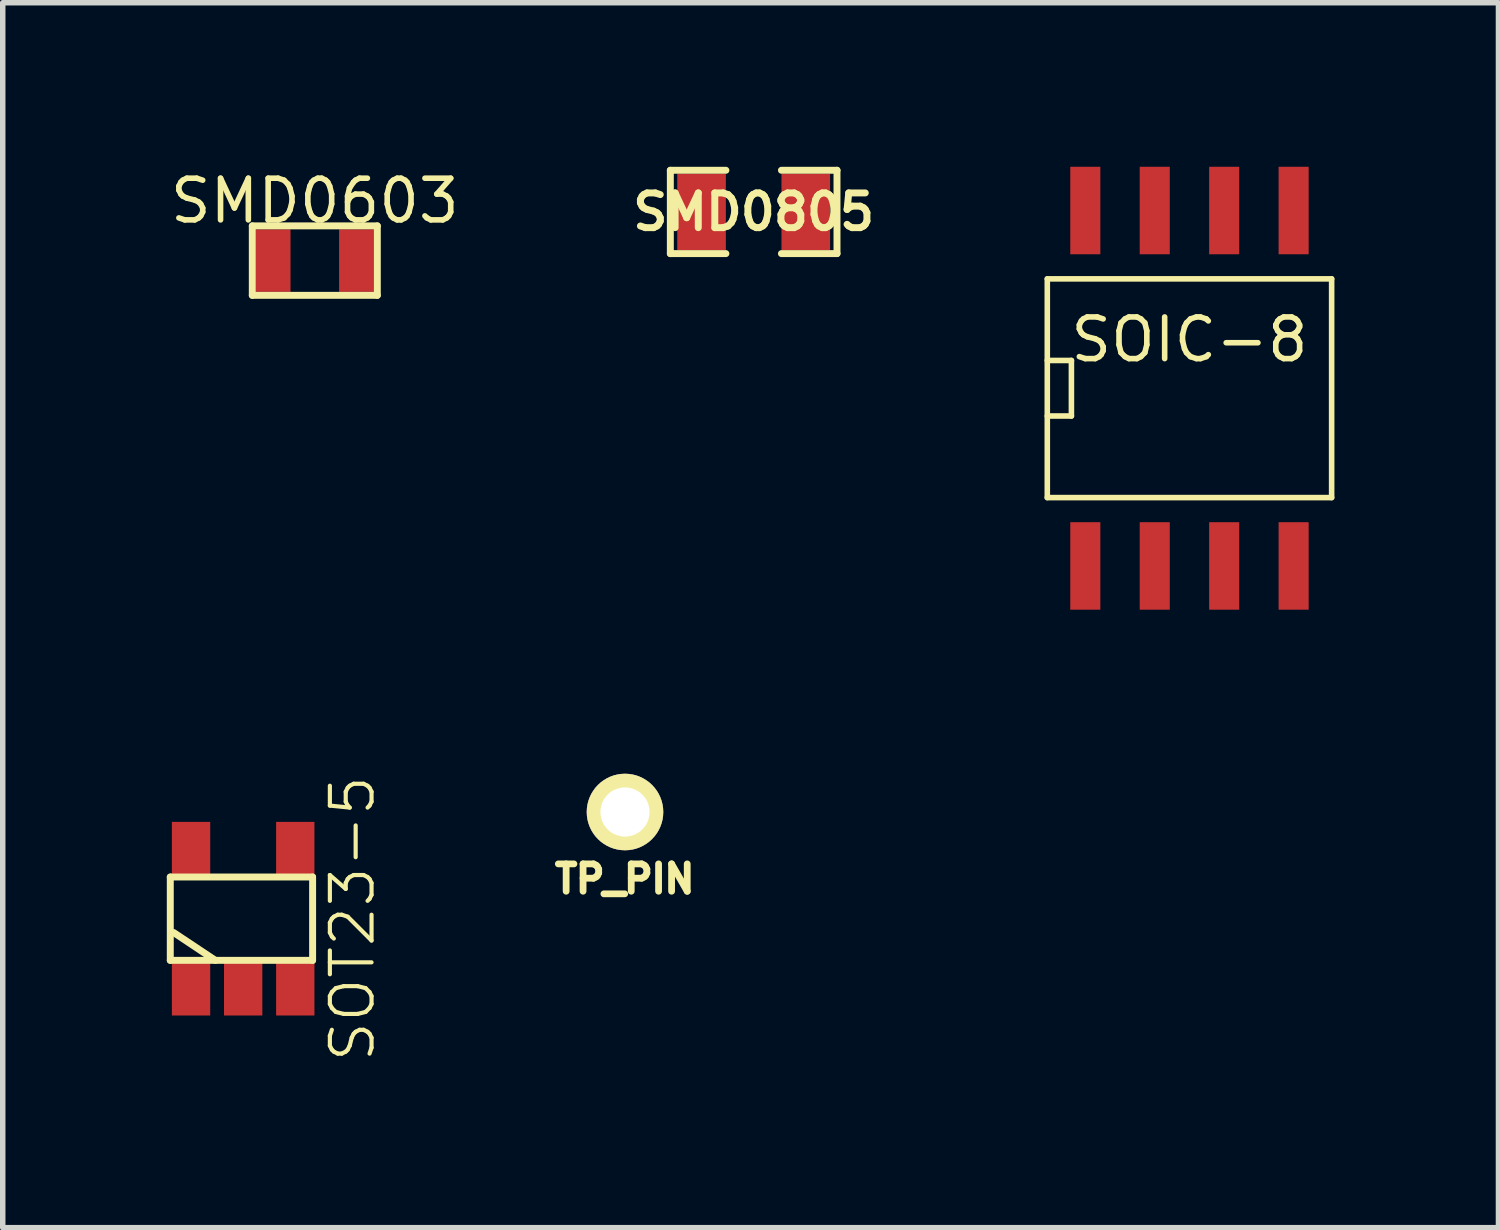
<source format=kicad_pcb>
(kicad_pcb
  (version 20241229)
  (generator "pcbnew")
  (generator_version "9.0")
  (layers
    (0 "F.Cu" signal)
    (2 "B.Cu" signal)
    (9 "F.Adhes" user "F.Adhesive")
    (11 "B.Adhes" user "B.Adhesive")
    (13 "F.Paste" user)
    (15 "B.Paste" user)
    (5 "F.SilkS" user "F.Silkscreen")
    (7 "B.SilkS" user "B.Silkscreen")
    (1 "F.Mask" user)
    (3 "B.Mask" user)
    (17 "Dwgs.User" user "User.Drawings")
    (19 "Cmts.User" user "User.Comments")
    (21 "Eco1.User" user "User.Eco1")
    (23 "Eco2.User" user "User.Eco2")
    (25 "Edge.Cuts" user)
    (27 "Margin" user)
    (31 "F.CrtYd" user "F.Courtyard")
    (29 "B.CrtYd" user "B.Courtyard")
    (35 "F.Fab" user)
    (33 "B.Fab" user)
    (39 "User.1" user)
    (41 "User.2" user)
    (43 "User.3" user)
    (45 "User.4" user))
  (footprint "SMD0805"
    (layer "F.Cu")
    (at 10.733 0.826)
    (property "Reference" "SMD0805" (at 0 0 0) (layer "F.SilkS") (effects (font (size 0.635 0.635) (thickness 0.127))))
    (attr smd)
    (fp_line (start -1.524 -0.762) (end -0.508 -0.762) (stroke (width 0.127) (type solid)) (layer "F.SilkS"))
    (fp_line (start -1.524 0.762) (end -1.524 -0.762) (stroke (width 0.127) (type solid)) (layer "F.SilkS"))
    (fp_line (start -0.508 0.762) (end -1.524 0.762) (stroke (width 0.127) (type solid)) (layer "F.SilkS"))
    (fp_line (start 0.508 -0.762) (end 1.524 -0.762) (stroke (width 0.127) (type solid)) (layer "F.SilkS"))
    (fp_line (start 1.524 -0.762) (end 1.524 0.762) (stroke (width 0.127) (type solid)) (layer "F.SilkS"))
    (fp_line (start 1.524 0.762) (end 0.508 0.762) (stroke (width 0.127) (type solid)) (layer "F.SilkS"))
    (pad "1" smd rect (at -0.953 0) (size 0.889 1.397) (layers "F.Cu" "F.Mask" "F.Paste"))
    (pad "2" smd rect (at 0.953 0) (size 0.889 1.397) (layers "F.Cu" "F.Mask" "F.Paste")))
  (footprint "SMD0603"
    (layer "F.Cu")
    (at 2.707 1.716)
    (property "Reference" "SMD0603" (at 0 -1.092 0) (layer "F.SilkS") (effects (font (size 0.762 0.762) (thickness 0.102))))
    (attr smd)
    (fp_line (start -1.143 -0.635) (end 1.143 -0.635) (stroke (width 0.127) (type solid)) (layer "F.SilkS"))
    (fp_line (start -1.143 0.635) (end -1.143 -0.635) (stroke (width 0.127) (type solid)) (layer "F.SilkS"))
    (fp_line (start 1.143 -0.635) (end 1.143 0.635) (stroke (width 0.127) (type solid)) (layer "F.SilkS"))
    (fp_line (start 1.143 0.635) (end -1.143 0.635) (stroke (width 0.127) (type solid)) (layer "F.SilkS"))
    (pad "1" smd rect (at -0.762 0) (size 0.635 1.143) (layers "F.Cu" "F.Mask" "F.Paste"))
    (pad "2" smd rect (at 0.762 0) (size 0.635 1.143) (layers "F.Cu" "F.Mask" "F.Paste")))
  (footprint "SOT23-5"
    (layer "F.Cu")
    (at 1.397 13.751)
    (property "Reference" "SOT23-5" (at 1.999 0 90) (layer "F.SilkS") (effects (font (size 0.762 0.762) (thickness 0.076))))
    (attr through_hole)
    (fp_line (start -1.333 -0.762) (end 1.27 -0.762) (stroke (width 0.127) (type solid)) (layer "F.SilkS"))
    (fp_line (start -1.333 0.762) (end -1.333 -0.762) (stroke (width 0.127) (type solid)) (layer "F.SilkS"))
    (fp_line (start -0.508 0.762) (end -1.27 0.254) (stroke (width 0.127) (type solid)) (layer "F.SilkS"))
    (fp_line (start 1.27 -0.762) (end 1.27 0.762) (stroke (width 0.127) (type solid)) (layer "F.SilkS"))
    (fp_line (start 1.27 0.762) (end -1.333 0.762) (stroke (width 0.127) (type solid)) (layer "F.SilkS"))
    (pad "1" smd rect (at -0.953 1.27) (size 0.701 1.001) (layers "F.Cu" "F.Mask" "F.Paste"))
    (pad "2" smd rect (at 0 1.27) (size 0.701 1.001) (layers "F.Cu" "F.Mask" "F.Paste"))
    (pad "3" smd rect (at 0.953 1.27) (size 0.701 1.001) (layers "F.Cu" "F.Mask" "F.Paste"))
    (pad "4" smd rect (at 0.953 -1.27) (size 0.701 1.001) (layers "F.Cu" "F.Mask" "F.Paste"))
    (pad "5" smd rect (at -0.953 -1.27) (size 0.701 1.001) (layers "F.Cu" "F.Mask" "F.Paste")))
  (footprint "SOIC-8"
    (layer "F.Cu")
    (at 18.703 4.05)
    (property "Reference" "SOIC-8" (at 0 -0.889 0) (layer "F.SilkS") (effects (font (size 0.762 0.762) (thickness 0.102))))
    (attr through_hole)
    (fp_line (start -2.6 -2) (end -2.6 2) (stroke (width 0.102) (type solid)) (layer "F.SilkS"))
    (fp_line (start -2.6 -0.508) (end -2.159 -0.508) (stroke (width 0.102) (type solid)) (layer "F.SilkS"))
    (fp_line (start -2.6 2) (end 2.6 2) (stroke (width 0.102) (type solid)) (layer "F.SilkS"))
    (fp_line (start -2.159 -0.508) (end -2.159 0.508) (stroke (width 0.102) (type solid)) (layer "F.SilkS"))
    (fp_line (start -2.159 0.508) (end -2.6 0.508) (stroke (width 0.102) (type solid)) (layer "F.SilkS"))
    (fp_line (start 2.6 -2) (end -2.6 -2) (stroke (width 0.102) (type solid)) (layer "F.SilkS"))
    (fp_line (start 2.6 -2) (end 2.6 2) (stroke (width 0.102) (type solid)) (layer "F.SilkS"))
    (pad "1" smd rect (at -1.905 3.25) (size 0.55 1.6) (layers "F.Cu" "F.Mask" "F.Paste"))
    (pad "2" smd rect (at -0.635 3.25) (size 0.55 1.6) (layers "F.Cu" "F.Mask" "F.Paste"))
    (pad "3" smd rect (at 0.635 3.25) (size 0.55 1.6) (layers "F.Cu" "F.Mask" "F.Paste"))
    (pad "4" smd rect (at 1.905 3.25) (size 0.55 1.6) (layers "F.Cu" "F.Mask" "F.Paste"))
    (pad "5" smd rect (at 1.905 -3.25) (size 0.55 1.6) (layers "F.Cu" "F.Mask" "F.Paste"))
    (pad "6" smd rect (at 0.635 -3.25) (size 0.55 1.6) (layers "F.Cu" "F.Mask" "F.Paste"))
    (pad "7" smd rect (at -0.635 -3.25) (size 0.55 1.6) (layers "F.Cu" "F.Mask" "F.Paste"))
    (pad "8" smd rect (at -1.905 -3.25) (size 0.55 1.6) (layers "F.Cu" "F.Mask" "F.Paste")))
  (footprint "TP_PIN"
    (layer "F.Cu")
    (at 8.38 11.8)
    (property "Reference" "TP_PIN" (at -0.005 1.224 0) (layer "F.SilkS") (effects (font (size 0.5 0.5) (thickness 0.124))))
    (attr through_hole)
    (pad "1" thru_hole circle (at 0 0) (size 1.4 1.4) (drill 0.899) (layers "*.Cu" "*.Mask" "F.SilkS")))
  (gr_rect
    (start -3 -3)
    (end 24.354 19.401)
    (stroke (width 0.1) (type default))
    (fill no)
    (layer "Edge.Cuts")))
</source>
